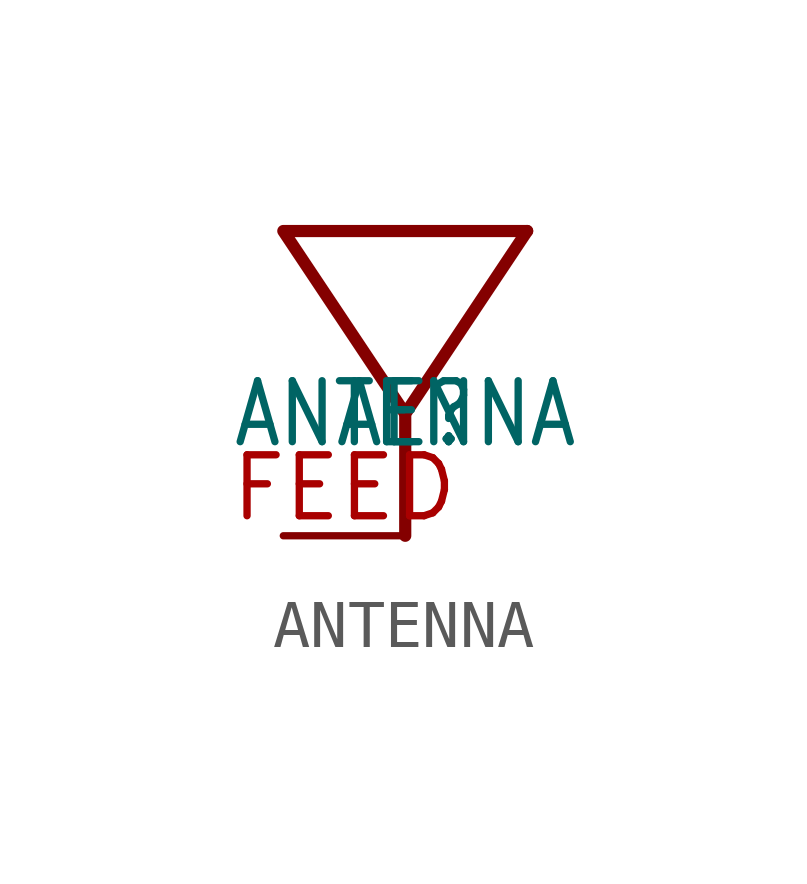
<source format=kicad_sym>
(kicad_symbol_lib
  (version 20211014)
  (generator kicad_symbol_editor)
  (symbol "ANTENNA"
    (pin_names
      (offset 1.016) hide)
    (property "Reference" "AE"
      (at 0 0 0)
      (effects (font (size 1.27 1.086))))
    (property "Value" "ANTENNA"
      (at 0 0 0)
      (effects (font (size 1.27 1.086))))
    (symbol "ANTENNA_0_0")
    (symbol "ANTENNA_0_1"
      (polyline (pts (xy 0.0 -2.54) (xy 0.0 0.0) (xy 2.54 3.81)) (stroke (width 0.254) (type default) (color 0 0 0 0)))
      (polyline (pts (xy 0.0 0.0) (xy -2.54 3.81) (xy 2.54 3.81)) (stroke (width 0.254) (type default) (color 0 0 0 0))))
    (symbol "ANTENNA_1_1"
      (pin bidirectional line (at -2.54 -2.54 0) (length 2.54) (name "P$1" (effects (font (size 1.27 1.086)))) (number "FEED" (effects (font (size 1.27 1.086))))))))
</source>
